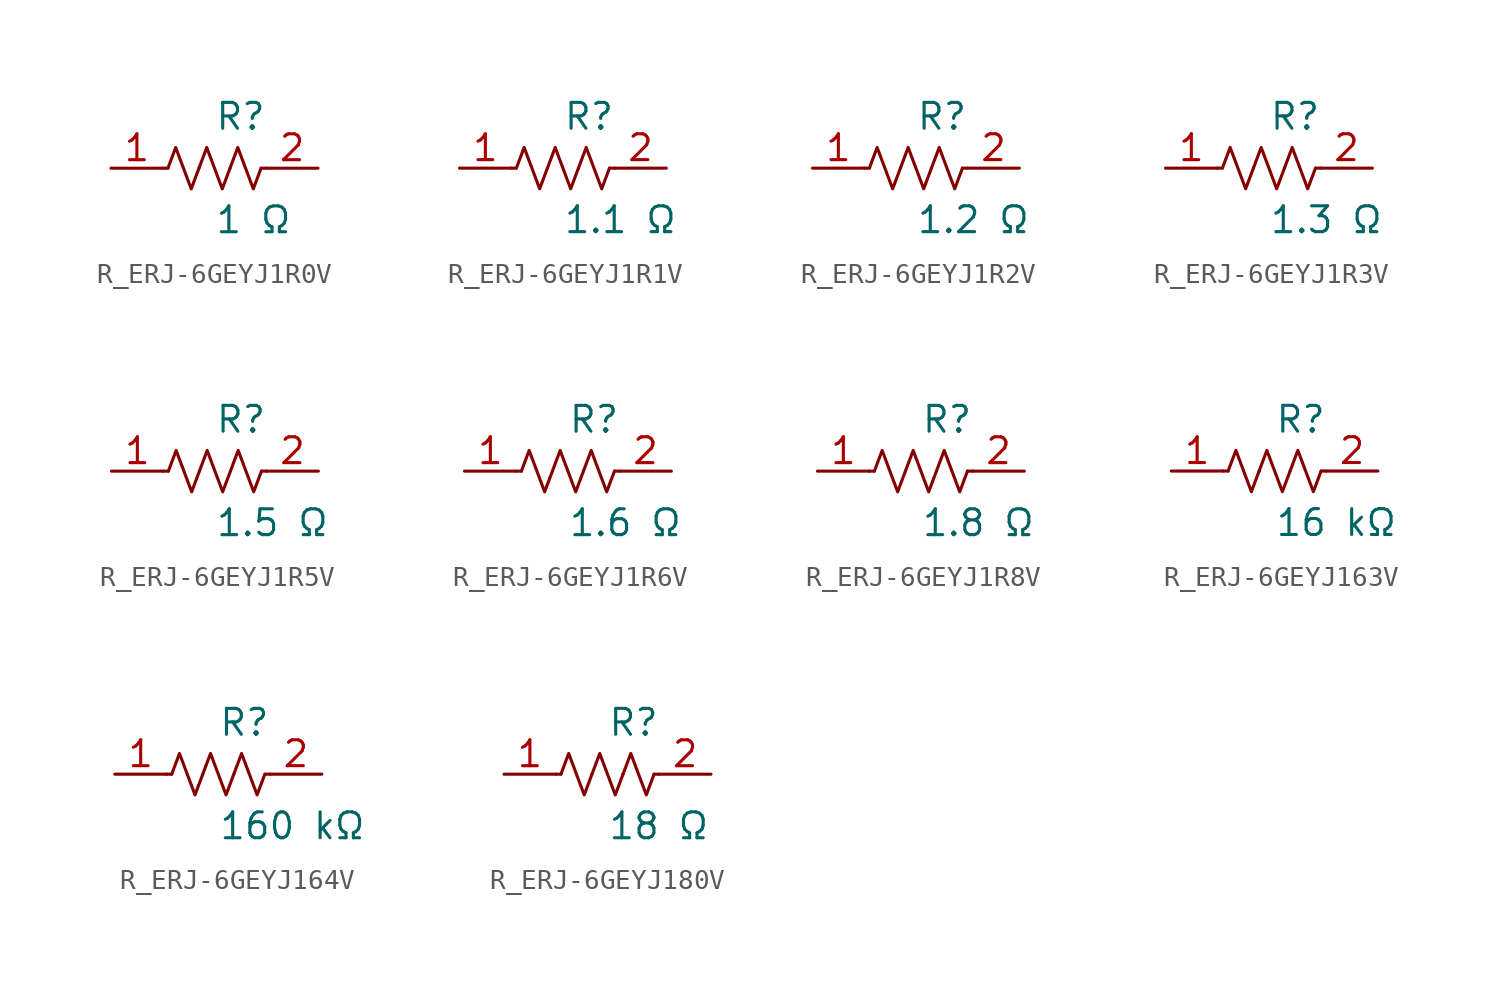
<source format=kicad_sym>
(kicad_symbol_lib
  (version 20231120)
  (generator kicad_symbol_editor)
  (generator_version 8.0)
  (symbol "R_ERJ-6GEYJ1R0V"
    (pin_names
      (offset 0.254))
    (property "Reference" "R"
      (at 0 2.54 0)
      (effects (font (size 1.27 1.27)) (justify left)))
    (property "Value" "1 Ω"
      (at 0 -2.54 0)
      (effects (font (size 1.27 1.27)) (justify left)))
    (symbol "R_ERJ-6GEYJ1R0V_0_1"
      (polyline (pts (xy 2.286 0) (xy 2.54 0)) (stroke (width 0) (type default)) (fill (type none)))
      (polyline (pts (xy -2.286 0) (xy -2.54 0)) (stroke (width 0) (type default)) (fill (type none)))
      (polyline (pts (xy 0.762 0) (xy 1.143 1.016) (xy 1.524 0) (xy 1.905 -1.016) (xy 2.286 0)) (stroke (width 0) (type default)) (fill (type none)))
      (polyline (pts (xy -0.762 0) (xy -0.381 1.016) (xy 0 0) (xy 0.381 -1.016) (xy 0.762 0)) (stroke (width 0) (type default)) (fill (type none)))
      (polyline (pts (xy -2.286 0) (xy -1.905 1.016) (xy -1.524 0) (xy -1.143 -1.016) (xy -0.762 0)) (stroke (width 0) (type default)) (fill (type none))))
    (pin passive line
      (at -5.08 0 0)
      (length 2.54)
      (name "" (effects (font (size 1.27 1.27))))
      (number "1" (effects (font (size 1.27 1.27)))))
    (pin passive line
      (at 5.08 0 180)
      (length 2.54)
      (name "" (effects (font (size 1.27 1.27))))
      (number "2" (effects (font (size 1.27 1.27))))))
  (symbol "R_ERJ-6GEYJ1R1V"
    (pin_names
      (offset 0.254))
    (property "Reference" "R"
      (at 0 2.54 0)
      (effects (font (size 1.27 1.27)) (justify left)))
    (property "Value" "1.1 Ω"
      (at 0 -2.54 0)
      (effects (font (size 1.27 1.27)) (justify left)))
    (symbol "R_ERJ-6GEYJ1R1V_0_1"
      (polyline (pts (xy 2.286 0) (xy 2.54 0)) (stroke (width 0) (type default)) (fill (type none)))
      (polyline (pts (xy -2.286 0) (xy -2.54 0)) (stroke (width 0) (type default)) (fill (type none)))
      (polyline (pts (xy 0.762 0) (xy 1.143 1.016) (xy 1.524 0) (xy 1.905 -1.016) (xy 2.286 0)) (stroke (width 0) (type default)) (fill (type none)))
      (polyline (pts (xy -0.762 0) (xy -0.381 1.016) (xy 0 0) (xy 0.381 -1.016) (xy 0.762 0)) (stroke (width 0) (type default)) (fill (type none)))
      (polyline (pts (xy -2.286 0) (xy -1.905 1.016) (xy -1.524 0) (xy -1.143 -1.016) (xy -0.762 0)) (stroke (width 0) (type default)) (fill (type none))))
    (pin passive line
      (at -5.08 0 0)
      (length 2.54)
      (name "" (effects (font (size 1.27 1.27))))
      (number "1" (effects (font (size 1.27 1.27)))))
    (pin passive line
      (at 5.08 0 180)
      (length 2.54)
      (name "" (effects (font (size 1.27 1.27))))
      (number "2" (effects (font (size 1.27 1.27))))))
  (symbol "R_ERJ-6GEYJ1R2V"
    (pin_names
      (offset 0.254))
    (property "Reference" "R"
      (at 0 2.54 0)
      (effects (font (size 1.27 1.27)) (justify left)))
    (property "Value" "1.2 Ω"
      (at 0 -2.54 0)
      (effects (font (size 1.27 1.27)) (justify left)))
    (symbol "R_ERJ-6GEYJ1R2V_0_1"
      (polyline (pts (xy 2.286 0) (xy 2.54 0)) (stroke (width 0) (type default)) (fill (type none)))
      (polyline (pts (xy -2.286 0) (xy -2.54 0)) (stroke (width 0) (type default)) (fill (type none)))
      (polyline (pts (xy 0.762 0) (xy 1.143 1.016) (xy 1.524 0) (xy 1.905 -1.016) (xy 2.286 0)) (stroke (width 0) (type default)) (fill (type none)))
      (polyline (pts (xy -0.762 0) (xy -0.381 1.016) (xy 0 0) (xy 0.381 -1.016) (xy 0.762 0)) (stroke (width 0) (type default)) (fill (type none)))
      (polyline (pts (xy -2.286 0) (xy -1.905 1.016) (xy -1.524 0) (xy -1.143 -1.016) (xy -0.762 0)) (stroke (width 0) (type default)) (fill (type none))))
    (pin passive line
      (at -5.08 0 0)
      (length 2.54)
      (name "" (effects (font (size 1.27 1.27))))
      (number "1" (effects (font (size 1.27 1.27)))))
    (pin passive line
      (at 5.08 0 180)
      (length 2.54)
      (name "" (effects (font (size 1.27 1.27))))
      (number "2" (effects (font (size 1.27 1.27))))))
  (symbol "R_ERJ-6GEYJ1R3V"
    (pin_names
      (offset 0.254))
    (property "Reference" "R"
      (at 0 2.54 0)
      (effects (font (size 1.27 1.27)) (justify left)))
    (property "Value" "1.3 Ω"
      (at 0 -2.54 0)
      (effects (font (size 1.27 1.27)) (justify left)))
    (symbol "R_ERJ-6GEYJ1R3V_0_1"
      (polyline (pts (xy 2.286 0) (xy 2.54 0)) (stroke (width 0) (type default)) (fill (type none)))
      (polyline (pts (xy -2.286 0) (xy -2.54 0)) (stroke (width 0) (type default)) (fill (type none)))
      (polyline (pts (xy 0.762 0) (xy 1.143 1.016) (xy 1.524 0) (xy 1.905 -1.016) (xy 2.286 0)) (stroke (width 0) (type default)) (fill (type none)))
      (polyline (pts (xy -0.762 0) (xy -0.381 1.016) (xy 0 0) (xy 0.381 -1.016) (xy 0.762 0)) (stroke (width 0) (type default)) (fill (type none)))
      (polyline (pts (xy -2.286 0) (xy -1.905 1.016) (xy -1.524 0) (xy -1.143 -1.016) (xy -0.762 0)) (stroke (width 0) (type default)) (fill (type none))))
    (pin passive line
      (at -5.08 0 0)
      (length 2.54)
      (name "" (effects (font (size 1.27 1.27))))
      (number "1" (effects (font (size 1.27 1.27)))))
    (pin passive line
      (at 5.08 0 180)
      (length 2.54)
      (name "" (effects (font (size 1.27 1.27))))
      (number "2" (effects (font (size 1.27 1.27))))))
  (symbol "R_ERJ-6GEYJ1R5V"
    (pin_names
      (offset 0.254))
    (property "Reference" "R"
      (at 0 2.54 0)
      (effects (font (size 1.27 1.27)) (justify left)))
    (property "Value" "1.5 Ω"
      (at 0 -2.54 0)
      (effects (font (size 1.27 1.27)) (justify left)))
    (symbol "R_ERJ-6GEYJ1R5V_0_1"
      (polyline (pts (xy 2.286 0) (xy 2.54 0)) (stroke (width 0) (type default)) (fill (type none)))
      (polyline (pts (xy -2.286 0) (xy -2.54 0)) (stroke (width 0) (type default)) (fill (type none)))
      (polyline (pts (xy 0.762 0) (xy 1.143 1.016) (xy 1.524 0) (xy 1.905 -1.016) (xy 2.286 0)) (stroke (width 0) (type default)) (fill (type none)))
      (polyline (pts (xy -0.762 0) (xy -0.381 1.016) (xy 0 0) (xy 0.381 -1.016) (xy 0.762 0)) (stroke (width 0) (type default)) (fill (type none)))
      (polyline (pts (xy -2.286 0) (xy -1.905 1.016) (xy -1.524 0) (xy -1.143 -1.016) (xy -0.762 0)) (stroke (width 0) (type default)) (fill (type none))))
    (pin passive line
      (at -5.08 0 0)
      (length 2.54)
      (name "" (effects (font (size 1.27 1.27))))
      (number "1" (effects (font (size 1.27 1.27)))))
    (pin passive line
      (at 5.08 0 180)
      (length 2.54)
      (name "" (effects (font (size 1.27 1.27))))
      (number "2" (effects (font (size 1.27 1.27))))))
  (symbol "R_ERJ-6GEYJ1R6V"
    (pin_names
      (offset 0.254))
    (property "Reference" "R"
      (at 0 2.54 0)
      (effects (font (size 1.27 1.27)) (justify left)))
    (property "Value" "1.6 Ω"
      (at 0 -2.54 0)
      (effects (font (size 1.27 1.27)) (justify left)))
    (symbol "R_ERJ-6GEYJ1R6V_0_1"
      (polyline (pts (xy 2.286 0) (xy 2.54 0)) (stroke (width 0) (type default)) (fill (type none)))
      (polyline (pts (xy -2.286 0) (xy -2.54 0)) (stroke (width 0) (type default)) (fill (type none)))
      (polyline (pts (xy 0.762 0) (xy 1.143 1.016) (xy 1.524 0) (xy 1.905 -1.016) (xy 2.286 0)) (stroke (width 0) (type default)) (fill (type none)))
      (polyline (pts (xy -0.762 0) (xy -0.381 1.016) (xy 0 0) (xy 0.381 -1.016) (xy 0.762 0)) (stroke (width 0) (type default)) (fill (type none)))
      (polyline (pts (xy -2.286 0) (xy -1.905 1.016) (xy -1.524 0) (xy -1.143 -1.016) (xy -0.762 0)) (stroke (width 0) (type default)) (fill (type none))))
    (pin passive line
      (at -5.08 0 0)
      (length 2.54)
      (name "" (effects (font (size 1.27 1.27))))
      (number "1" (effects (font (size 1.27 1.27)))))
    (pin passive line
      (at 5.08 0 180)
      (length 2.54)
      (name "" (effects (font (size 1.27 1.27))))
      (number "2" (effects (font (size 1.27 1.27))))))
  (symbol "R_ERJ-6GEYJ1R8V"
    (pin_names
      (offset 0.254))
    (property "Reference" "R"
      (at 0 2.54 0)
      (effects (font (size 1.27 1.27)) (justify left)))
    (property "Value" "1.8 Ω"
      (at 0 -2.54 0)
      (effects (font (size 1.27 1.27)) (justify left)))
    (symbol "R_ERJ-6GEYJ1R8V_0_1"
      (polyline (pts (xy 2.286 0) (xy 2.54 0)) (stroke (width 0) (type default)) (fill (type none)))
      (polyline (pts (xy -2.286 0) (xy -2.54 0)) (stroke (width 0) (type default)) (fill (type none)))
      (polyline (pts (xy 0.762 0) (xy 1.143 1.016) (xy 1.524 0) (xy 1.905 -1.016) (xy 2.286 0)) (stroke (width 0) (type default)) (fill (type none)))
      (polyline (pts (xy -0.762 0) (xy -0.381 1.016) (xy 0 0) (xy 0.381 -1.016) (xy 0.762 0)) (stroke (width 0) (type default)) (fill (type none)))
      (polyline (pts (xy -2.286 0) (xy -1.905 1.016) (xy -1.524 0) (xy -1.143 -1.016) (xy -0.762 0)) (stroke (width 0) (type default)) (fill (type none))))
    (pin passive line
      (at -5.08 0 0)
      (length 2.54)
      (name "" (effects (font (size 1.27 1.27))))
      (number "1" (effects (font (size 1.27 1.27)))))
    (pin passive line
      (at 5.08 0 180)
      (length 2.54)
      (name "" (effects (font (size 1.27 1.27))))
      (number "2" (effects (font (size 1.27 1.27))))))
  (symbol "R_ERJ-6GEYJ163V"
    (pin_names
      (offset 0.254))
    (property "Reference" "R"
      (at 0 2.54 0)
      (effects (font (size 1.27 1.27)) (justify left)))
    (property "Value" "16 kΩ"
      (at 0 -2.54 0)
      (effects (font (size 1.27 1.27)) (justify left)))
    (symbol "R_ERJ-6GEYJ163V_0_1"
      (polyline (pts (xy 2.286 0) (xy 2.54 0)) (stroke (width 0) (type default)) (fill (type none)))
      (polyline (pts (xy -2.286 0) (xy -2.54 0)) (stroke (width 0) (type default)) (fill (type none)))
      (polyline (pts (xy 0.762 0) (xy 1.143 1.016) (xy 1.524 0) (xy 1.905 -1.016) (xy 2.286 0)) (stroke (width 0) (type default)) (fill (type none)))
      (polyline (pts (xy -0.762 0) (xy -0.381 1.016) (xy 0 0) (xy 0.381 -1.016) (xy 0.762 0)) (stroke (width 0) (type default)) (fill (type none)))
      (polyline (pts (xy -2.286 0) (xy -1.905 1.016) (xy -1.524 0) (xy -1.143 -1.016) (xy -0.762 0)) (stroke (width 0) (type default)) (fill (type none))))
    (pin passive line
      (at -5.08 0 0)
      (length 2.54)
      (name "" (effects (font (size 1.27 1.27))))
      (number "1" (effects (font (size 1.27 1.27)))))
    (pin passive line
      (at 5.08 0 180)
      (length 2.54)
      (name "" (effects (font (size 1.27 1.27))))
      (number "2" (effects (font (size 1.27 1.27))))))
  (symbol "R_ERJ-6GEYJ164V"
    (pin_names
      (offset 0.254))
    (property "Reference" "R"
      (at 0 2.54 0)
      (effects (font (size 1.27 1.27)) (justify left)))
    (property "Value" "160 kΩ"
      (at 0 -2.54 0)
      (effects (font (size 1.27 1.27)) (justify left)))
    (symbol "R_ERJ-6GEYJ164V_0_1"
      (polyline (pts (xy 2.286 0) (xy 2.54 0)) (stroke (width 0) (type default)) (fill (type none)))
      (polyline (pts (xy -2.286 0) (xy -2.54 0)) (stroke (width 0) (type default)) (fill (type none)))
      (polyline (pts (xy 0.762 0) (xy 1.143 1.016) (xy 1.524 0) (xy 1.905 -1.016) (xy 2.286 0)) (stroke (width 0) (type default)) (fill (type none)))
      (polyline (pts (xy -0.762 0) (xy -0.381 1.016) (xy 0 0) (xy 0.381 -1.016) (xy 0.762 0)) (stroke (width 0) (type default)) (fill (type none)))
      (polyline (pts (xy -2.286 0) (xy -1.905 1.016) (xy -1.524 0) (xy -1.143 -1.016) (xy -0.762 0)) (stroke (width 0) (type default)) (fill (type none))))
    (pin passive line
      (at -5.08 0 0)
      (length 2.54)
      (name "" (effects (font (size 1.27 1.27))))
      (number "1" (effects (font (size 1.27 1.27)))))
    (pin passive line
      (at 5.08 0 180)
      (length 2.54)
      (name "" (effects (font (size 1.27 1.27))))
      (number "2" (effects (font (size 1.27 1.27))))))
  (symbol "R_ERJ-6GEYJ180V"
    (pin_names
      (offset 0.254))
    (property "Reference" "R"
      (at 0 2.54 0)
      (effects (font (size 1.27 1.27)) (justify left)))
    (property "Value" "18 Ω"
      (at 0 -2.54 0)
      (effects (font (size 1.27 1.27)) (justify left)))
    (symbol "R_ERJ-6GEYJ180V_0_1"
      (polyline (pts (xy 2.286 0) (xy 2.54 0)) (stroke (width 0) (type default)) (fill (type none)))
      (polyline (pts (xy -2.286 0) (xy -2.54 0)) (stroke (width 0) (type default)) (fill (type none)))
      (polyline (pts (xy 0.762 0) (xy 1.143 1.016) (xy 1.524 0) (xy 1.905 -1.016) (xy 2.286 0)) (stroke (width 0) (type default)) (fill (type none)))
      (polyline (pts (xy -0.762 0) (xy -0.381 1.016) (xy 0 0) (xy 0.381 -1.016) (xy 0.762 0)) (stroke (width 0) (type default)) (fill (type none)))
      (polyline (pts (xy -2.286 0) (xy -1.905 1.016) (xy -1.524 0) (xy -1.143 -1.016) (xy -0.762 0)) (stroke (width 0) (type default)) (fill (type none))))
    (pin passive line
      (at -5.08 0 0)
      (length 2.54)
      (name "" (effects (font (size 1.27 1.27))))
      (number "1" (effects (font (size 1.27 1.27)))))
    (pin passive line
      (at 5.08 0 180)
      (length 2.54)
      (name "" (effects (font (size 1.27 1.27))))
      (number "2" (effects (font (size 1.27 1.27)))))))
</source>
